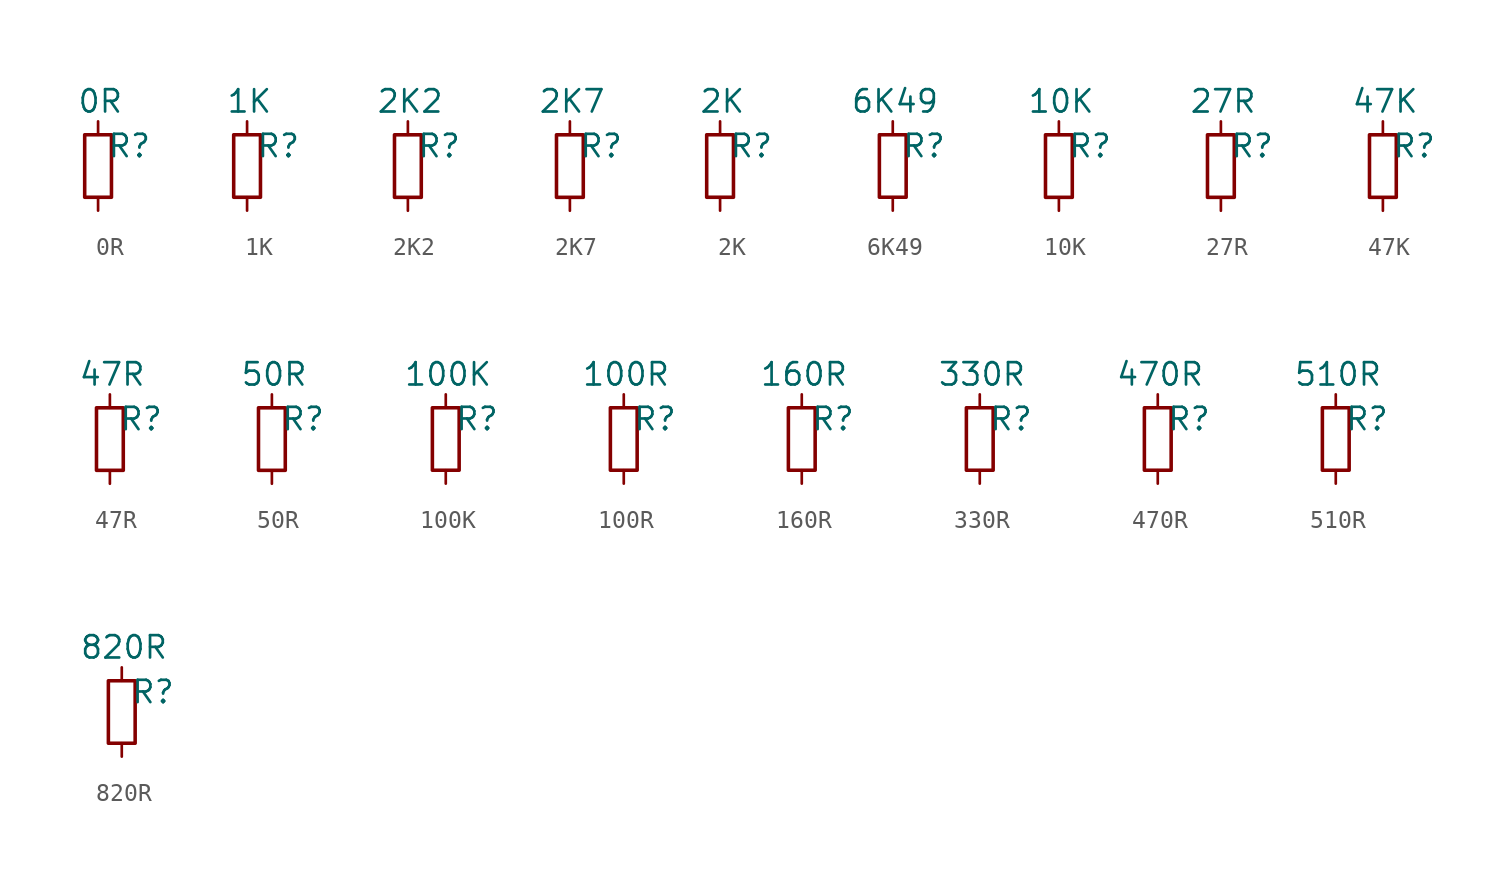
<source format=kicad_sym>
(kicad_symbol_lib
  (version 20241209)
  (generator "kicad_symbol_editor")
  (generator_version "9.0")
  (symbol "0R"
    (pin_numbers
      (hide yes))
    (pin_names
      (offset 0)
      (hide yes))
    (property "Reference" "R"
      (at 1.778 1.143 0)
      (effects (font (size 1.27 1.27))))
    (property "Value" "0R"
      (at 0.127 3.683 0)
      (effects (font (size 1.27 1.27))))
    (symbol "0R_1_1"
      (rectangle (start -0.762 1.778) (end 0.762 -1.778) (stroke (width 0.203) (type solid)) (fill (type none)))
      (pin passive line (at 0 2.54 270) (length 0.762) (name "~" (effects (font (size 1.27 1.27)))) (number "1" (effects (font (size 1.27 1.27)))))
      (pin passive line (at 0 -2.54 90) (length 0.762) (name "~" (effects (font (size 1.27 1.27)))) (number "2" (effects (font (size 1.27 1.27)))))))
  (symbol "1K"
    (pin_numbers
      (hide yes))
    (pin_names
      (offset 0)
      (hide yes))
    (property "Reference" "R"
      (at 1.778 1.143 0)
      (effects (font (size 1.27 1.27))))
    (property "Value" "1K"
      (at 0.127 3.683 0)
      (effects (font (size 1.27 1.27))))
    (symbol "1K_1_1"
      (rectangle (start -0.762 1.778) (end 0.762 -1.778) (stroke (width 0.203) (type solid)) (fill (type none)))
      (pin passive line (at 0 2.54 270) (length 0.762) (name "~" (effects (font (size 1.27 1.27)))) (number "1" (effects (font (size 1.27 1.27)))))
      (pin passive line (at 0 -2.54 90) (length 0.762) (name "~" (effects (font (size 1.27 1.27)))) (number "2" (effects (font (size 1.27 1.27)))))))
  (symbol "2K2"
    (pin_numbers
      (hide yes))
    (pin_names
      (offset 0)
      (hide yes))
    (property "Reference" "R"
      (at 1.778 1.143 0)
      (effects (font (size 1.27 1.27))))
    (property "Value" "2K2"
      (at 0.127 3.683 0)
      (effects (font (size 1.27 1.27))))
    (symbol "2K2_1_1"
      (rectangle (start -0.762 1.778) (end 0.762 -1.778) (stroke (width 0.203) (type solid)) (fill (type none)))
      (pin passive line (at 0 2.54 270) (length 0.762) (name "~" (effects (font (size 1.27 1.27)))) (number "1" (effects (font (size 1.27 1.27)))))
      (pin passive line (at 0 -2.54 90) (length 0.762) (name "~" (effects (font (size 1.27 1.27)))) (number "2" (effects (font (size 1.27 1.27)))))))
  (symbol "2K7"
    (pin_numbers
      (hide yes))
    (pin_names
      (offset 0)
      (hide yes))
    (property "Reference" "R"
      (at 1.778 1.143 0)
      (effects (font (size 1.27 1.27))))
    (property "Value" "2K7"
      (at 0.127 3.683 0)
      (effects (font (size 1.27 1.27))))
    (symbol "2K7_1_1"
      (rectangle (start -0.762 1.778) (end 0.762 -1.778) (stroke (width 0.203) (type solid)) (fill (type none)))
      (pin passive line (at 0 2.54 270) (length 0.762) (name "~" (effects (font (size 1.27 1.27)))) (number "1" (effects (font (size 1.27 1.27)))))
      (pin passive line (at 0 -2.54 90) (length 0.762) (name "~" (effects (font (size 1.27 1.27)))) (number "2" (effects (font (size 1.27 1.27)))))))
  (symbol "2K"
    (pin_numbers
      (hide yes))
    (pin_names
      (offset 0)
      (hide yes))
    (property "Reference" "R"
      (at 1.778 1.143 0)
      (effects (font (size 1.27 1.27))))
    (property "Value" "2K"
      (at 0.127 3.683 0)
      (effects (font (size 1.27 1.27))))
    (symbol "2K_1_1"
      (rectangle (start -0.762 1.778) (end 0.762 -1.778) (stroke (width 0.203) (type solid)) (fill (type none)))
      (pin passive line (at 0 2.54 270) (length 0.762) (name "~" (effects (font (size 1.27 1.27)))) (number "1" (effects (font (size 1.27 1.27)))))
      (pin passive line (at 0 -2.54 90) (length 0.762) (name "~" (effects (font (size 1.27 1.27)))) (number "2" (effects (font (size 1.27 1.27)))))))
  (symbol "6K49"
    (pin_numbers
      (hide yes))
    (pin_names
      (offset 0)
      (hide yes))
    (property "Reference" "R"
      (at 1.778 1.143 0)
      (effects (font (size 1.27 1.27))))
    (property "Value" "6K49"
      (at 0.127 3.683 0)
      (effects (font (size 1.27 1.27))))
    (symbol "6K49_1_1"
      (rectangle (start -0.762 1.778) (end 0.762 -1.778) (stroke (width 0.203) (type solid)) (fill (type none)))
      (pin passive line (at 0 2.54 270) (length 0.762) (name "~" (effects (font (size 1.27 1.27)))) (number "1" (effects (font (size 1.27 1.27)))))
      (pin passive line (at 0 -2.54 90) (length 0.762) (name "~" (effects (font (size 1.27 1.27)))) (number "2" (effects (font (size 1.27 1.27)))))))
  (symbol "10K"
    (pin_numbers
      (hide yes))
    (pin_names
      (offset 0)
      (hide yes))
    (property "Reference" "R"
      (at 1.778 1.143 0)
      (effects (font (size 1.27 1.27))))
    (property "Value" "10K"
      (at 0.127 3.683 0)
      (effects (font (size 1.27 1.27))))
    (symbol "10K_1_1"
      (rectangle (start -0.762 1.778) (end 0.762 -1.778) (stroke (width 0.203) (type solid)) (fill (type none)))
      (pin passive line (at 0 2.54 270) (length 0.762) (name "~" (effects (font (size 1.27 1.27)))) (number "1" (effects (font (size 1.27 1.27)))))
      (pin passive line (at 0 -2.54 90) (length 0.762) (name "~" (effects (font (size 1.27 1.27)))) (number "2" (effects (font (size 1.27 1.27)))))))
  (symbol "27R"
    (pin_numbers
      (hide yes))
    (pin_names
      (offset 0)
      (hide yes))
    (property "Reference" "R"
      (at 1.778 1.143 0)
      (effects (font (size 1.27 1.27))))
    (property "Value" "27R"
      (at 0.127 3.683 0)
      (effects (font (size 1.27 1.27))))
    (symbol "27R_1_1"
      (rectangle (start -0.762 1.778) (end 0.762 -1.778) (stroke (width 0.203) (type solid)) (fill (type none)))
      (pin passive line (at 0 2.54 270) (length 0.762) (name "~" (effects (font (size 1.27 1.27)))) (number "1" (effects (font (size 1.27 1.27)))))
      (pin passive line (at 0 -2.54 90) (length 0.762) (name "~" (effects (font (size 1.27 1.27)))) (number "2" (effects (font (size 1.27 1.27)))))))
  (symbol "47K"
    (pin_numbers
      (hide yes))
    (pin_names
      (offset 0)
      (hide yes))
    (property "Reference" "R"
      (at 1.778 1.143 0)
      (effects (font (size 1.27 1.27))))
    (property "Value" "47K"
      (at 0.127 3.683 0)
      (effects (font (size 1.27 1.27))))
    (symbol "47K_1_1"
      (rectangle (start -0.762 1.778) (end 0.762 -1.778) (stroke (width 0.203) (type solid)) (fill (type none)))
      (pin passive line (at 0 2.54 270) (length 0.762) (name "~" (effects (font (size 1.27 1.27)))) (number "1" (effects (font (size 1.27 1.27)))))
      (pin passive line (at 0 -2.54 90) (length 0.762) (name "~" (effects (font (size 1.27 1.27)))) (number "2" (effects (font (size 1.27 1.27)))))))
  (symbol "47R"
    (pin_numbers
      (hide yes))
    (pin_names
      (offset 0)
      (hide yes))
    (property "Reference" "R"
      (at 1.778 1.143 0)
      (effects (font (size 1.27 1.27))))
    (property "Value" "47R"
      (at 0.127 3.683 0)
      (effects (font (size 1.27 1.27))))
    (symbol "47R_1_1"
      (rectangle (start -0.762 1.778) (end 0.762 -1.778) (stroke (width 0.203) (type solid)) (fill (type none)))
      (pin passive line (at 0 2.54 270) (length 0.762) (name "~" (effects (font (size 1.27 1.27)))) (number "1" (effects (font (size 1.27 1.27)))))
      (pin passive line (at 0 -2.54 90) (length 0.762) (name "~" (effects (font (size 1.27 1.27)))) (number "2" (effects (font (size 1.27 1.27)))))))
  (symbol "50R"
    (pin_numbers
      (hide yes))
    (pin_names
      (offset 0)
      (hide yes))
    (property "Reference" "R"
      (at 1.778 1.143 0)
      (effects (font (size 1.27 1.27))))
    (property "Value" "50R"
      (at 0.127 3.683 0)
      (effects (font (size 1.27 1.27))))
    (symbol "50R_1_1"
      (rectangle (start -0.762 1.778) (end 0.762 -1.778) (stroke (width 0.203) (type solid)) (fill (type none)))
      (pin passive line (at 0 2.54 270) (length 0.762) (name "~" (effects (font (size 1.27 1.27)))) (number "1" (effects (font (size 1.27 1.27)))))
      (pin passive line (at 0 -2.54 90) (length 0.762) (name "~" (effects (font (size 1.27 1.27)))) (number "2" (effects (font (size 1.27 1.27)))))))
  (symbol "100K"
    (pin_numbers
      (hide yes))
    (pin_names
      (offset 0)
      (hide yes))
    (property "Reference" "R"
      (at 1.778 1.143 0)
      (effects (font (size 1.27 1.27))))
    (property "Value" "100K"
      (at 0.127 3.683 0)
      (effects (font (size 1.27 1.27))))
    (symbol "100K_1_1"
      (rectangle (start -0.762 1.778) (end 0.762 -1.778) (stroke (width 0.203) (type solid)) (fill (type none)))
      (pin passive line (at 0 2.54 270) (length 0.762) (name "~" (effects (font (size 1.27 1.27)))) (number "1" (effects (font (size 1.27 1.27)))))
      (pin passive line (at 0 -2.54 90) (length 0.762) (name "~" (effects (font (size 1.27 1.27)))) (number "2" (effects (font (size 1.27 1.27)))))))
  (symbol "100R"
    (pin_numbers
      (hide yes))
    (pin_names
      (offset 0)
      (hide yes))
    (property "Reference" "R"
      (at 1.778 1.143 0)
      (effects (font (size 1.27 1.27))))
    (property "Value" "100R"
      (at 0.127 3.683 0)
      (effects (font (size 1.27 1.27))))
    (symbol "100R_1_1"
      (rectangle (start -0.762 1.778) (end 0.762 -1.778) (stroke (width 0.203) (type solid)) (fill (type none)))
      (pin passive line (at 0 2.54 270) (length 0.762) (name "~" (effects (font (size 1.27 1.27)))) (number "1" (effects (font (size 1.27 1.27)))))
      (pin passive line (at 0 -2.54 90) (length 0.762) (name "~" (effects (font (size 1.27 1.27)))) (number "2" (effects (font (size 1.27 1.27)))))))
  (symbol "160R"
    (pin_numbers
      (hide yes))
    (pin_names
      (offset 0)
      (hide yes))
    (property "Reference" "R"
      (at 1.778 1.143 0)
      (effects (font (size 1.27 1.27))))
    (property "Value" "160R"
      (at 0.127 3.683 0)
      (effects (font (size 1.27 1.27))))
    (symbol "160R_1_1"
      (rectangle (start -0.762 1.778) (end 0.762 -1.778) (stroke (width 0.203) (type solid)) (fill (type none)))
      (pin passive line (at 0 2.54 270) (length 0.762) (name "~" (effects (font (size 1.27 1.27)))) (number "1" (effects (font (size 1.27 1.27)))))
      (pin passive line (at 0 -2.54 90) (length 0.762) (name "~" (effects (font (size 1.27 1.27)))) (number "2" (effects (font (size 1.27 1.27)))))))
  (symbol "330R"
    (pin_numbers
      (hide yes))
    (pin_names
      (offset 0)
      (hide yes))
    (property "Reference" "R"
      (at 1.778 1.143 0)
      (effects (font (size 1.27 1.27))))
    (property "Value" "330R"
      (at 0.127 3.683 0)
      (effects (font (size 1.27 1.27))))
    (symbol "330R_1_1"
      (rectangle (start -0.762 1.778) (end 0.762 -1.778) (stroke (width 0.203) (type solid)) (fill (type none)))
      (pin passive line (at 0 2.54 270) (length 0.762) (name "~" (effects (font (size 1.27 1.27)))) (number "1" (effects (font (size 1.27 1.27)))))
      (pin passive line (at 0 -2.54 90) (length 0.762) (name "~" (effects (font (size 1.27 1.27)))) (number "2" (effects (font (size 1.27 1.27)))))))
  (symbol "470R"
    (pin_numbers
      (hide yes))
    (pin_names
      (offset 0)
      (hide yes))
    (property "Reference" "R"
      (at 1.778 1.143 0)
      (effects (font (size 1.27 1.27))))
    (property "Value" "470R"
      (at 0.127 3.683 0)
      (effects (font (size 1.27 1.27))))
    (symbol "470R_1_1"
      (rectangle (start -0.762 1.778) (end 0.762 -1.778) (stroke (width 0.203) (type solid)) (fill (type none)))
      (pin passive line (at 0 2.54 270) (length 0.762) (name "~" (effects (font (size 1.27 1.27)))) (number "1" (effects (font (size 1.27 1.27)))))
      (pin passive line (at 0 -2.54 90) (length 0.762) (name "~" (effects (font (size 1.27 1.27)))) (number "2" (effects (font (size 1.27 1.27)))))))
  (symbol "510R"
    (pin_numbers
      (hide yes))
    (pin_names
      (offset 0)
      (hide yes))
    (property "Reference" "R"
      (at 1.778 1.143 0)
      (effects (font (size 1.27 1.27))))
    (property "Value" "510R"
      (at 0.127 3.683 0)
      (effects (font (size 1.27 1.27))))
    (symbol "510R_1_1"
      (rectangle (start -0.762 1.778) (end 0.762 -1.778) (stroke (width 0.203) (type solid)) (fill (type none)))
      (pin passive line (at 0 2.54 270) (length 0.762) (name "~" (effects (font (size 1.27 1.27)))) (number "1" (effects (font (size 1.27 1.27)))))
      (pin passive line (at 0 -2.54 90) (length 0.762) (name "~" (effects (font (size 1.27 1.27)))) (number "2" (effects (font (size 1.27 1.27)))))))
  (symbol "820R"
    (pin_numbers
      (hide yes))
    (pin_names
      (offset 0)
      (hide yes))
    (property "Reference" "R"
      (at 1.778 1.143 0)
      (effects (font (size 1.27 1.27))))
    (property "Value" "820R"
      (at 0.127 3.683 0)
      (effects (font (size 1.27 1.27))))
    (symbol "820R_1_1"
      (rectangle (start -0.762 1.778) (end 0.762 -1.778) (stroke (width 0.203) (type solid)) (fill (type none)))
      (pin passive line (at 0 2.54 270) (length 0.762) (name "~" (effects (font (size 1.27 1.27)))) (number "1" (effects (font (size 1.27 1.27)))))
      (pin passive line (at 0 -2.54 90) (length 0.762) (name "~" (effects (font (size 1.27 1.27)))) (number "2" (effects (font (size 1.27 1.27))))))))
</source>
